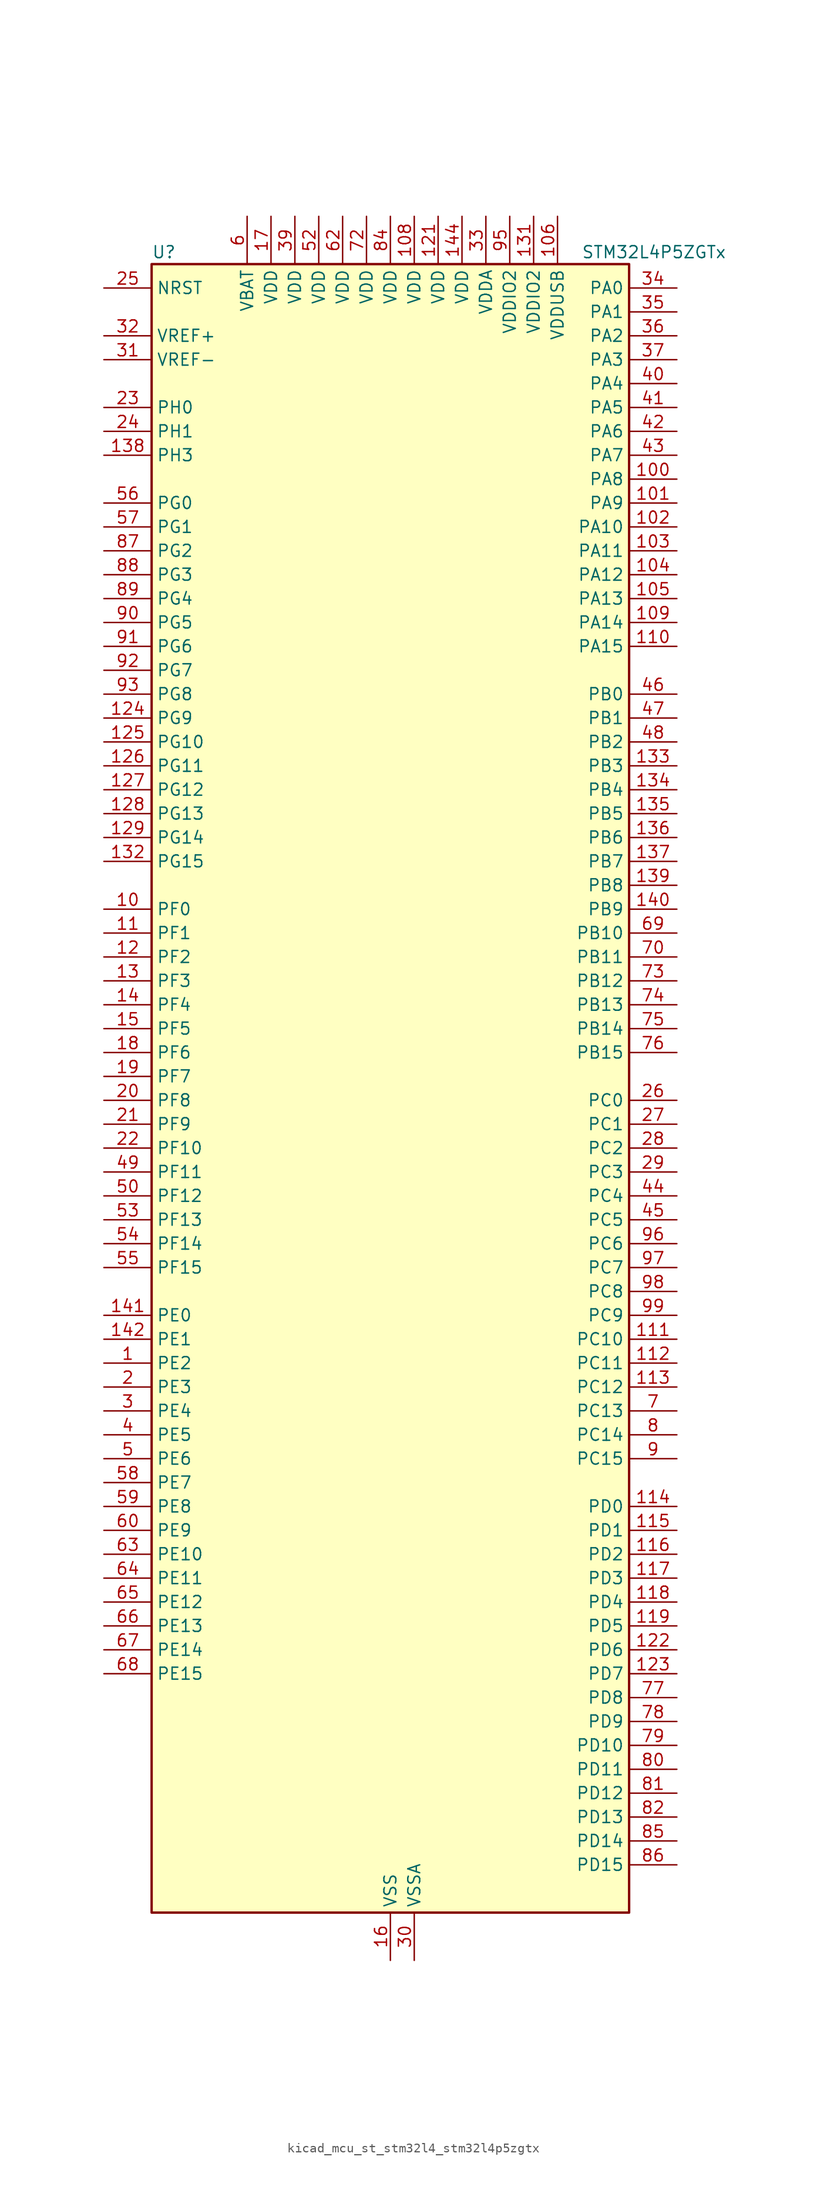
<source format=kicad_sym>
(kicad_symbol_lib
  (version 20220914)
  (generator kicad_symbol_editor)
  (symbol "kicad_mcu_st_stm32l4_stm32l4p5zgtx"
    (property "Reference" "U"
      (at -25.4 90.17 0)
      (effects (font (size 1.27 1.27)) (justify left)))
    (property "Value" "STM32L4P5ZGTx"
      (at 20.32 90.17 0)
      (effects (font (size 1.27 1.27)) (justify left)))
    (property "ki_locked" ""
      (at 0 0 0)
      (effects (font (size 1.27 1.27))))
    (symbol "kicad_mcu_st_stm32l4_stm32l4p5zgtx_0_1"
      (rectangle (start -25.4 -86.36) (end 25.4 88.9) (stroke (width 0.254) (type default)) (fill (type background))))
    (symbol "kicad_mcu_st_stm32l4_stm32l4p5zgtx_1_1"
      (pin bidirectional line (at -30.48 -27.94 0) (length 5.08) (name "PE2" (effects (font (size 1.27 1.27)))) (number "1" (effects (font (size 1.27 1.27)))) (alternate "FMC_A23" bidirectional line) (alternate "LTDC_R7" bidirectional line) (alternate "SAI1_CK1" bidirectional line) (alternate "SAI1_MCLK_A" bidirectional line) (alternate "SYS_TRACECLK" bidirectional line) (alternate "TIM3_ETR" bidirectional line) (alternate "TSC_G7_IO1" bidirectional line))
      (pin bidirectional line (at -30.48 20.32 0) (length 5.08) (name "PF0" (effects (font (size 1.27 1.27)))) (number "10" (effects (font (size 1.27 1.27)))) (alternate "FMC_A0" bidirectional line) (alternate "I2C2_SDA" bidirectional line) (alternate "OCTOSPIM_P2_IO0" bidirectional line))
      (pin bidirectional line (at 30.48 66.04 180) (length 5.08) (name "PA8" (effects (font (size 1.27 1.27)))) (number "100" (effects (font (size 1.27 1.27)))) (alternate "LPTIM2_OUT" bidirectional line) (alternate "LTDC_B7" bidirectional line) (alternate "RCC_MCO" bidirectional line) (alternate "SAI1_CK2" bidirectional line) (alternate "SAI1_SCK_A" bidirectional line) (alternate "TIM1_CH1" bidirectional line) (alternate "USART1_CK" bidirectional line) (alternate "USB_OTG_FS_SOF" bidirectional line))
      (pin bidirectional line (at 30.48 63.5 180) (length 5.08) (name "PA9" (effects (font (size 1.27 1.27)))) (number "101" (effects (font (size 1.27 1.27)))) (alternate "DAC1_EXTI9" bidirectional line) (alternate "DCMI_D0" bidirectional line) (alternate "LTDC_G7" bidirectional line) (alternate "PSSI_D0" bidirectional line) (alternate "SAI1_FS_A" bidirectional line) (alternate "SPI2_SCK" bidirectional line) (alternate "TIM15_BKIN" bidirectional line) (alternate "TIM1_CH2" bidirectional line) (alternate "USART1_TX" bidirectional line) (alternate "USB_OTG_FS_VBUS" bidirectional line))
      (pin bidirectional line (at 30.48 60.96 180) (length 5.08) (name "PA10" (effects (font (size 1.27 1.27)))) (number "102" (effects (font (size 1.27 1.27)))) (alternate "DCMI_D1" bidirectional line) (alternate "LTDC_G6" bidirectional line) (alternate "PSSI_D1" bidirectional line) (alternate "SAI1_D1" bidirectional line) (alternate "SAI1_SD_A" bidirectional line) (alternate "TIM17_BKIN" bidirectional line) (alternate "TIM1_CH3" bidirectional line) (alternate "USART1_RX" bidirectional line) (alternate "USB_OTG_FS_ID" bidirectional line))
      (pin bidirectional line (at 30.48 58.42 180) (length 5.08) (name "PA11" (effects (font (size 1.27 1.27)))) (number "103" (effects (font (size 1.27 1.27)))) (alternate "ADC1_EXTI11" bidirectional line) (alternate "ADC2_EXTI11" bidirectional line) (alternate "CAN1_RX" bidirectional line) (alternate "LTDC_DE" bidirectional line) (alternate "SPI1_MISO" bidirectional line) (alternate "TIM1_BKIN2" bidirectional line) (alternate "TIM1_CH4" bidirectional line) (alternate "USART1_CTS" bidirectional line) (alternate "USART1_NSS" bidirectional line) (alternate "USB_OTG_FS_DM" bidirectional line))
      (pin bidirectional line (at 30.48 55.88 180) (length 5.08) (name "PA12" (effects (font (size 1.27 1.27)))) (number "104" (effects (font (size 1.27 1.27)))) (alternate "CAN1_TX" bidirectional line) (alternate "LTDC_VSYNC" bidirectional line) (alternate "OCTOSPIM_P2_NCS" bidirectional line) (alternate "SPI1_MOSI" bidirectional line) (alternate "TIM1_ETR" bidirectional line) (alternate "USART1_DE" bidirectional line) (alternate "USART1_RTS" bidirectional line) (alternate "USB_OTG_FS_DP" bidirectional line))
      (pin bidirectional line (at 30.48 53.34 180) (length 5.08) (name "PA13" (effects (font (size 1.27 1.27)))) (number "105" (effects (font (size 1.27 1.27)))) (alternate "IR_OUT" bidirectional line) (alternate "SAI1_SD_B" bidirectional line) (alternate "SYS_JTMS-SWDIO" bidirectional line) (alternate "USB_OTG_FS_NOE" bidirectional line))
      (pin power_in line (at 17.78 93.98 270) (length 5.08) (name "VDDUSB" (effects (font (size 1.27 1.27)))) (number "106" (effects (font (size 1.27 1.27)))))
      (pin passive line (at 0 -91.44 90) (length 5.08) hide (name "VSS" (effects (font (size 1.27 1.27)))) (number "107" (effects (font (size 1.27 1.27)))))
      (pin power_in line (at 2.54 93.98 270) (length 5.08) (name "VDD" (effects (font (size 1.27 1.27)))) (number "108" (effects (font (size 1.27 1.27)))))
      (pin bidirectional line (at 30.48 50.8 180) (length 5.08) (name "PA14" (effects (font (size 1.27 1.27)))) (number "109" (effects (font (size 1.27 1.27)))) (alternate "I2C1_SMBA" bidirectional line) (alternate "I2C4_SMBA" bidirectional line) (alternate "LPTIM1_OUT" bidirectional line) (alternate "SAI1_FS_B" bidirectional line) (alternate "SYS_JTCK-SWCLK" bidirectional line) (alternate "USB_OTG_FS_SOF" bidirectional line))
      (pin bidirectional line (at -30.48 17.78 0) (length 5.08) (name "PF1" (effects (font (size 1.27 1.27)))) (number "11" (effects (font (size 1.27 1.27)))) (alternate "FMC_A1" bidirectional line) (alternate "I2C2_SCL" bidirectional line) (alternate "OCTOSPIM_P2_IO1" bidirectional line))
      (pin bidirectional line (at 30.48 48.26 180) (length 5.08) (name "PA15" (effects (font (size 1.27 1.27)))) (number "110" (effects (font (size 1.27 1.27)))) (alternate "ADC1_EXTI15" bidirectional line) (alternate "ADC2_EXTI15" bidirectional line) (alternate "LTDC_HSYNC" bidirectional line) (alternate "SAI2_FS_B" bidirectional line) (alternate "SPI1_NSS" bidirectional line) (alternate "SPI3_NSS" bidirectional line) (alternate "SYS_JTDI" bidirectional line) (alternate "TIM2_CH1" bidirectional line) (alternate "TIM2_ETR" bidirectional line) (alternate "TSC_G3_IO1" bidirectional line) (alternate "UART4_DE" bidirectional line) (alternate "UART4_RTS" bidirectional line) (alternate "USART2_RX" bidirectional line) (alternate "USART3_DE" bidirectional line) (alternate "USART3_RTS" bidirectional line))
      (pin bidirectional line (at 30.48 -25.4 180) (length 5.08) (name "PC10" (effects (font (size 1.27 1.27)))) (number "111" (effects (font (size 1.27 1.27)))) (alternate "DCMI_D8" bidirectional line) (alternate "DCMI_VSYNC" bidirectional line) (alternate "PSSI_D8" bidirectional line) (alternate "PSSI_RDY" bidirectional line) (alternate "SAI2_SCK_B" bidirectional line) (alternate "SDMMC1_D2" bidirectional line) (alternate "SPI3_SCK" bidirectional line) (alternate "SYS_TRACED1" bidirectional line) (alternate "TSC_G3_IO2" bidirectional line) (alternate "UART4_TX" bidirectional line) (alternate "USART3_TX" bidirectional line))
      (pin bidirectional line (at 30.48 -27.94 180) (length 5.08) (name "PC11" (effects (font (size 1.27 1.27)))) (number "112" (effects (font (size 1.27 1.27)))) (alternate "ADC1_EXTI11" bidirectional line) (alternate "ADC2_EXTI11" bidirectional line) (alternate "DCMI_D2" bidirectional line) (alternate "DCMI_D4" bidirectional line) (alternate "OCTOSPIM_P1_NCS" bidirectional line) (alternate "PSSI_D2" bidirectional line) (alternate "PSSI_D4" bidirectional line) (alternate "SAI2_MCLK_B" bidirectional line) (alternate "SDMMC1_D3" bidirectional line) (alternate "SPI3_MISO" bidirectional line) (alternate "TSC_G3_IO3" bidirectional line) (alternate "UART4_RX" bidirectional line) (alternate "USART3_RX" bidirectional line))
      (pin bidirectional line (at 30.48 -30.48 180) (length 5.08) (name "PC12" (effects (font (size 1.27 1.27)))) (number "113" (effects (font (size 1.27 1.27)))) (alternate "DCMI_D9" bidirectional line) (alternate "LTDC_R6" bidirectional line) (alternate "PSSI_D9" bidirectional line) (alternate "SAI2_SD_B" bidirectional line) (alternate "SDMMC1_CK" bidirectional line) (alternate "SPI3_MOSI" bidirectional line) (alternate "SYS_TRACED3" bidirectional line) (alternate "TSC_G3_IO4" bidirectional line) (alternate "UART5_TX" bidirectional line) (alternate "USART3_CK" bidirectional line))
      (pin bidirectional line (at 30.48 -43.18 180) (length 5.08) (name "PD0" (effects (font (size 1.27 1.27)))) (number "114" (effects (font (size 1.27 1.27)))) (alternate "CAN1_RX" bidirectional line) (alternate "FMC_D2" bidirectional line) (alternate "FMC_DA2" bidirectional line) (alternate "LTDC_B4" bidirectional line) (alternate "SPI2_NSS" bidirectional line))
      (pin bidirectional line (at 30.48 -45.72 180) (length 5.08) (name "PD1" (effects (font (size 1.27 1.27)))) (number "115" (effects (font (size 1.27 1.27)))) (alternate "CAN1_TX" bidirectional line) (alternate "FMC_D3" bidirectional line) (alternate "FMC_DA3" bidirectional line) (alternate "LTDC_B5" bidirectional line) (alternate "SPI2_SCK" bidirectional line))
      (pin bidirectional line (at 30.48 -48.26 180) (length 5.08) (name "PD2" (effects (font (size 1.27 1.27)))) (number "116" (effects (font (size 1.27 1.27)))) (alternate "DCMI_D11" bidirectional line) (alternate "PSSI_D11" bidirectional line) (alternate "SDMMC1_CMD" bidirectional line) (alternate "SYS_TRACED2" bidirectional line) (alternate "TIM3_ETR" bidirectional line) (alternate "TSC_SYNC" bidirectional line) (alternate "UART5_RX" bidirectional line) (alternate "USART3_DE" bidirectional line) (alternate "USART3_RTS" bidirectional line))
      (pin bidirectional line (at 30.48 -50.8 180) (length 5.08) (name "PD3" (effects (font (size 1.27 1.27)))) (number "117" (effects (font (size 1.27 1.27)))) (alternate "DCMI_D5" bidirectional line) (alternate "DFSDM1_DATIN0" bidirectional line) (alternate "FMC_CLK" bidirectional line) (alternate "LTDC_CLK" bidirectional line) (alternate "OCTOSPIM_P2_NCS" bidirectional line) (alternate "PSSI_D5" bidirectional line) (alternate "SPI2_MISO" bidirectional line) (alternate "SPI2_SCK" bidirectional line) (alternate "USART2_CTS" bidirectional line) (alternate "USART2_NSS" bidirectional line))
      (pin bidirectional line (at 30.48 -53.34 180) (length 5.08) (name "PD4" (effects (font (size 1.27 1.27)))) (number "118" (effects (font (size 1.27 1.27)))) (alternate "DFSDM1_CKIN0" bidirectional line) (alternate "FMC_NOE" bidirectional line) (alternate "OCTOSPIM_P1_IO4" bidirectional line) (alternate "SDMMC2_CKIN" bidirectional line) (alternate "SPI2_MOSI" bidirectional line) (alternate "USART2_DE" bidirectional line) (alternate "USART2_RTS" bidirectional line))
      (pin bidirectional line (at 30.48 -55.88 180) (length 5.08) (name "PD5" (effects (font (size 1.27 1.27)))) (number "119" (effects (font (size 1.27 1.27)))) (alternate "FMC_NWE" bidirectional line) (alternate "OCTOSPIM_P1_IO5" bidirectional line) (alternate "USART2_TX" bidirectional line))
      (pin bidirectional line (at -30.48 15.24 0) (length 5.08) (name "PF2" (effects (font (size 1.27 1.27)))) (number "12" (effects (font (size 1.27 1.27)))) (alternate "FMC_A2" bidirectional line) (alternate "I2C2_SMBA" bidirectional line) (alternate "OCTOSPIM_P2_IO2" bidirectional line))
      (pin passive line (at 0 -91.44 90) (length 5.08) hide (name "VSS" (effects (font (size 1.27 1.27)))) (number "120" (effects (font (size 1.27 1.27)))))
      (pin power_in line (at 5.08 93.98 270) (length 5.08) (name "VDD" (effects (font (size 1.27 1.27)))) (number "121" (effects (font (size 1.27 1.27)))))
      (pin bidirectional line (at 30.48 -58.42 180) (length 5.08) (name "PD6" (effects (font (size 1.27 1.27)))) (number "122" (effects (font (size 1.27 1.27)))) (alternate "DCMI_D10" bidirectional line) (alternate "DFSDM1_DATIN1" bidirectional line) (alternate "FMC_NWAIT" bidirectional line) (alternate "LTDC_DE" bidirectional line) (alternate "OCTOSPIM_P1_IO6" bidirectional line) (alternate "PSSI_D10" bidirectional line) (alternate "SAI1_D1" bidirectional line) (alternate "SAI1_SD_A" bidirectional line) (alternate "SDMMC2_CK" bidirectional line) (alternate "SPI3_MOSI" bidirectional line) (alternate "USART2_RX" bidirectional line))
      (pin bidirectional line (at 30.48 -60.96 180) (length 5.08) (name "PD7" (effects (font (size 1.27 1.27)))) (number "123" (effects (font (size 1.27 1.27)))) (alternate "DFSDM1_CKIN1" bidirectional line) (alternate "FMC_NCE" bidirectional line) (alternate "FMC_NE1" bidirectional line) (alternate "OCTOSPIM_P1_IO7" bidirectional line) (alternate "SDMMC2_CMD" bidirectional line) (alternate "USART2_CK" bidirectional line))
      (pin bidirectional line (at -30.48 40.64 0) (length 5.08) (name "PG9" (effects (font (size 1.27 1.27)))) (number "124" (effects (font (size 1.27 1.27)))) (alternate "DAC1_EXTI9" bidirectional line) (alternate "FMC_NCE" bidirectional line) (alternate "FMC_NE2" bidirectional line) (alternate "OCTOSPIM_P2_IO6" bidirectional line) (alternate "SAI2_SCK_A" bidirectional line) (alternate "SDMMC2_D0" bidirectional line) (alternate "SPI3_SCK" bidirectional line) (alternate "TIM15_CH1N" bidirectional line) (alternate "USART1_TX" bidirectional line))
      (pin bidirectional line (at -30.48 38.1 0) (length 5.08) (name "PG10" (effects (font (size 1.27 1.27)))) (number "125" (effects (font (size 1.27 1.27)))) (alternate "FMC_NE3" bidirectional line) (alternate "LPTIM1_IN1" bidirectional line) (alternate "OCTOSPIM_P2_IO7" bidirectional line) (alternate "SAI2_FS_A" bidirectional line) (alternate "SDMMC2_D1" bidirectional line) (alternate "SPI3_MISO" bidirectional line) (alternate "TIM15_CH1" bidirectional line) (alternate "USART1_RX" bidirectional line))
      (pin bidirectional line (at -30.48 35.56 0) (length 5.08) (name "PG11" (effects (font (size 1.27 1.27)))) (number "126" (effects (font (size 1.27 1.27)))) (alternate "ADC1_EXTI11" bidirectional line) (alternate "ADC2_EXTI11" bidirectional line) (alternate "LPTIM1_IN2" bidirectional line) (alternate "OCTOSPIM_P1_IO5" bidirectional line) (alternate "SAI2_MCLK_A" bidirectional line) (alternate "SDMMC2_D2" bidirectional line) (alternate "SPI3_MOSI" bidirectional line) (alternate "TIM15_CH2" bidirectional line) (alternate "USART1_CTS" bidirectional line) (alternate "USART1_NSS" bidirectional line))
      (pin bidirectional line (at -30.48 33.02 0) (length 5.08) (name "PG12" (effects (font (size 1.27 1.27)))) (number "127" (effects (font (size 1.27 1.27)))) (alternate "FMC_NE4" bidirectional line) (alternate "LPTIM1_ETR" bidirectional line) (alternate "OCTOSPIM_P2_NCS" bidirectional line) (alternate "SAI2_SD_A" bidirectional line) (alternate "SDMMC2_D3" bidirectional line) (alternate "SPI3_NSS" bidirectional line) (alternate "USART1_DE" bidirectional line) (alternate "USART1_RTS" bidirectional line))
      (pin bidirectional line (at -30.48 30.48 0) (length 5.08) (name "PG13" (effects (font (size 1.27 1.27)))) (number "128" (effects (font (size 1.27 1.27)))) (alternate "FMC_A24" bidirectional line) (alternate "I2C1_SDA" bidirectional line) (alternate "LTDC_R0" bidirectional line) (alternate "USART1_CK" bidirectional line))
      (pin bidirectional line (at -30.48 27.94 0) (length 5.08) (name "PG14" (effects (font (size 1.27 1.27)))) (number "129" (effects (font (size 1.27 1.27)))) (alternate "FMC_A25" bidirectional line) (alternate "I2C1_SCL" bidirectional line) (alternate "LTDC_R1" bidirectional line))
      (pin bidirectional line (at -30.48 12.7 0) (length 5.08) (name "PF3" (effects (font (size 1.27 1.27)))) (number "13" (effects (font (size 1.27 1.27)))) (alternate "FMC_A3" bidirectional line) (alternate "OCTOSPIM_P2_IO3" bidirectional line))
      (pin passive line (at 0 -91.44 90) (length 5.08) hide (name "VSS" (effects (font (size 1.27 1.27)))) (number "130" (effects (font (size 1.27 1.27)))))
      (pin power_in line (at 15.24 93.98 270) (length 5.08) (name "VDDIO2" (effects (font (size 1.27 1.27)))) (number "131" (effects (font (size 1.27 1.27)))))
      (pin bidirectional line (at -30.48 25.4 0) (length 5.08) (name "PG15" (effects (font (size 1.27 1.27)))) (number "132" (effects (font (size 1.27 1.27)))) (alternate "ADC1_EXTI15" bidirectional line) (alternate "ADC2_EXTI15" bidirectional line) (alternate "DCMI_D13" bidirectional line) (alternate "I2C1_SMBA" bidirectional line) (alternate "LPTIM1_OUT" bidirectional line) (alternate "OCTOSPIM_P2_DQS" bidirectional line) (alternate "PSSI_D13" bidirectional line))
      (pin bidirectional line (at 30.48 35.56 180) (length 5.08) (name "PB3" (effects (font (size 1.27 1.27)))) (number "133" (effects (font (size 1.27 1.27)))) (alternate "COMP2_INM" bidirectional line) (alternate "CRS_SYNC" bidirectional line) (alternate "OCTOSPIM_P1_IO4" bidirectional line) (alternate "SAI1_SCK_B" bidirectional line) (alternate "SDMMC2_D2" bidirectional line) (alternate "SPI1_SCK" bidirectional line) (alternate "SPI3_SCK" bidirectional line) (alternate "SYS_JTDO-SWO" bidirectional line) (alternate "TIM2_CH2" bidirectional line) (alternate "USART1_DE" bidirectional line) (alternate "USART1_RTS" bidirectional line))
      (pin bidirectional line (at 30.48 33.02 180) (length 5.08) (name "PB4" (effects (font (size 1.27 1.27)))) (number "134" (effects (font (size 1.27 1.27)))) (alternate "COMP2_INP" bidirectional line) (alternate "DCMI_D12" bidirectional line) (alternate "I2C3_SDA" bidirectional line) (alternate "OCTOSPIM_P1_IO5" bidirectional line) (alternate "PSSI_D12" bidirectional line) (alternate "SAI1_MCLK_B" bidirectional line) (alternate "SDMMC2_D3" bidirectional line) (alternate "SPI1_MISO" bidirectional line) (alternate "SPI3_MISO" bidirectional line) (alternate "SYS_JTRST" bidirectional line) (alternate "TIM17_BKIN" bidirectional line) (alternate "TIM3_CH1" bidirectional line) (alternate "TSC_G2_IO1" bidirectional line) (alternate "UART5_DE" bidirectional line) (alternate "UART5_RTS" bidirectional line) (alternate "USART1_CTS" bidirectional line) (alternate "USART1_NSS" bidirectional line))
      (pin bidirectional line (at 30.48 30.48 180) (length 5.08) (name "PB5" (effects (font (size 1.27 1.27)))) (number "135" (effects (font (size 1.27 1.27)))) (alternate "COMP2_OUT" bidirectional line) (alternate "DCMI_D10" bidirectional line) (alternate "I2C1_SMBA" bidirectional line) (alternate "LPTIM1_IN1" bidirectional line) (alternate "OCTOSPIM_P1_IO0" bidirectional line) (alternate "PSSI_D10" bidirectional line) (alternate "SAI1_SD_B" bidirectional line) (alternate "SPI1_MOSI" bidirectional line) (alternate "SPI3_MOSI" bidirectional line) (alternate "TIM16_BKIN" bidirectional line) (alternate "TIM3_CH2" bidirectional line) (alternate "TSC_G2_IO2" bidirectional line) (alternate "UART5_CTS" bidirectional line) (alternate "USART1_CK" bidirectional line))
      (pin bidirectional line (at 30.48 27.94 180) (length 5.08) (name "PB6" (effects (font (size 1.27 1.27)))) (number "136" (effects (font (size 1.27 1.27)))) (alternate "COMP2_INP" bidirectional line) (alternate "DCMI_D5" bidirectional line) (alternate "I2C1_SCL" bidirectional line) (alternate "I2C4_SCL" bidirectional line) (alternate "LPTIM1_ETR" bidirectional line) (alternate "LTDC_R6" bidirectional line) (alternate "PSSI_D5" bidirectional line) (alternate "SAI1_FS_B" bidirectional line) (alternate "TIM16_CH1N" bidirectional line) (alternate "TIM4_CH1" bidirectional line) (alternate "TIM8_BKIN2" bidirectional line) (alternate "TSC_G2_IO3" bidirectional line) (alternate "USART1_TX" bidirectional line))
      (pin bidirectional line (at 30.48 25.4 180) (length 5.08) (name "PB7" (effects (font (size 1.27 1.27)))) (number "137" (effects (font (size 1.27 1.27)))) (alternate "COMP2_INM" bidirectional line) (alternate "DCMI_VSYNC" bidirectional line) (alternate "FMC_NL" bidirectional line) (alternate "I2C1_SDA" bidirectional line) (alternate "I2C4_SDA" bidirectional line) (alternate "LPTIM1_IN2" bidirectional line) (alternate "LTDC_VSYNC" bidirectional line) (alternate "PSSI_RDY" bidirectional line) (alternate "SYS_PVD_IN" bidirectional line) (alternate "TIM17_CH1N" bidirectional line) (alternate "TIM4_CH2" bidirectional line) (alternate "TIM8_BKIN" bidirectional line) (alternate "TSC_G2_IO4" bidirectional line) (alternate "UART4_CTS" bidirectional line) (alternate "USART1_RX" bidirectional line))
      (pin bidirectional line (at -30.48 68.58 0) (length 5.08) (name "PH3" (effects (font (size 1.27 1.27)))) (number "138" (effects (font (size 1.27 1.27)))))
      (pin bidirectional line (at 30.48 22.86 180) (length 5.08) (name "PB8" (effects (font (size 1.27 1.27)))) (number "139" (effects (font (size 1.27 1.27)))) (alternate "CAN1_RX" bidirectional line) (alternate "DCMI_D6" bidirectional line) (alternate "DFSDM1_CKOUT" bidirectional line) (alternate "I2C1_SCL" bidirectional line) (alternate "LTDC_DE" bidirectional line) (alternate "PSSI_D6" bidirectional line) (alternate "SAI1_CK1" bidirectional line) (alternate "SAI1_MCLK_A" bidirectional line) (alternate "SDMMC1_CKIN" bidirectional line) (alternate "SDMMC1_D4" bidirectional line) (alternate "SDMMC2_D4" bidirectional line) (alternate "TIM16_CH1" bidirectional line) (alternate "TIM4_CH3" bidirectional line))
      (pin bidirectional line (at -30.48 10.16 0) (length 5.08) (name "PF4" (effects (font (size 1.27 1.27)))) (number "14" (effects (font (size 1.27 1.27)))) (alternate "FMC_A4" bidirectional line) (alternate "OCTOSPIM_P2_CLK" bidirectional line))
      (pin bidirectional line (at 30.48 20.32 180) (length 5.08) (name "PB9" (effects (font (size 1.27 1.27)))) (number "140" (effects (font (size 1.27 1.27)))) (alternate "CAN1_TX" bidirectional line) (alternate "DAC1_EXTI9" bidirectional line) (alternate "DCMI_D7" bidirectional line) (alternate "I2C1_SDA" bidirectional line) (alternate "IR_OUT" bidirectional line) (alternate "PSSI_D7" bidirectional line) (alternate "SAI1_D2" bidirectional line) (alternate "SAI1_FS_A" bidirectional line) (alternate "SDMMC1_CDIR" bidirectional line) (alternate "SDMMC1_D5" bidirectional line) (alternate "SDMMC2_D5" bidirectional line) (alternate "SPI2_NSS" bidirectional line) (alternate "TIM17_CH1" bidirectional line) (alternate "TIM4_CH4" bidirectional line))
      (pin bidirectional line (at -30.48 -22.86 0) (length 5.08) (name "PE0" (effects (font (size 1.27 1.27)))) (number "141" (effects (font (size 1.27 1.27)))) (alternate "DCMI_D2" bidirectional line) (alternate "FMC_NBL0" bidirectional line) (alternate "LTDC_HSYNC" bidirectional line) (alternate "PSSI_D2" bidirectional line) (alternate "TIM16_CH1" bidirectional line) (alternate "TIM4_ETR" bidirectional line))
      (pin bidirectional line (at -30.48 -25.4 0) (length 5.08) (name "PE1" (effects (font (size 1.27 1.27)))) (number "142" (effects (font (size 1.27 1.27)))) (alternate "DCMI_D3" bidirectional line) (alternate "FMC_NBL1" bidirectional line) (alternate "LTDC_VSYNC" bidirectional line) (alternate "PSSI_D3" bidirectional line) (alternate "TIM17_CH1" bidirectional line))
      (pin passive line (at 0 -91.44 90) (length 5.08) hide (name "VSS" (effects (font (size 1.27 1.27)))) (number "143" (effects (font (size 1.27 1.27)))))
      (pin power_in line (at 7.62 93.98 270) (length 5.08) (name "VDD" (effects (font (size 1.27 1.27)))) (number "144" (effects (font (size 1.27 1.27)))))
      (pin bidirectional line (at -30.48 7.62 0) (length 5.08) (name "PF5" (effects (font (size 1.27 1.27)))) (number "15" (effects (font (size 1.27 1.27)))) (alternate "FMC_A5" bidirectional line) (alternate "OCTOSPIM_P2_NCLK" bidirectional line))
      (pin power_in line (at 0 -91.44 90) (length 5.08) (name "VSS" (effects (font (size 1.27 1.27)))) (number "16" (effects (font (size 1.27 1.27)))))
      (pin power_in line (at -12.7 93.98 270) (length 5.08) (name "VDD" (effects (font (size 1.27 1.27)))) (number "17" (effects (font (size 1.27 1.27)))))
      (pin bidirectional line (at -30.48 5.08 0) (length 5.08) (name "PF6" (effects (font (size 1.27 1.27)))) (number "18" (effects (font (size 1.27 1.27)))) (alternate "OCTOSPIM_P1_IO3" bidirectional line) (alternate "SAI1_SD_B" bidirectional line) (alternate "TIM5_CH1" bidirectional line) (alternate "TIM5_ETR" bidirectional line))
      (pin bidirectional line (at -30.48 2.54 0) (length 5.08) (name "PF7" (effects (font (size 1.27 1.27)))) (number "19" (effects (font (size 1.27 1.27)))) (alternate "OCTOSPIM_P1_IO2" bidirectional line) (alternate "SAI1_MCLK_B" bidirectional line) (alternate "TIM5_CH2" bidirectional line))
      (pin bidirectional line (at -30.48 -30.48 0) (length 5.08) (name "PE3" (effects (font (size 1.27 1.27)))) (number "2" (effects (font (size 1.27 1.27)))) (alternate "FMC_A19" bidirectional line) (alternate "LTDC_R6" bidirectional line) (alternate "OCTOSPIM_P1_DQS" bidirectional line) (alternate "SAI1_SD_B" bidirectional line) (alternate "SYS_TRACED0" bidirectional line) (alternate "TIM3_CH1" bidirectional line) (alternate "TSC_G7_IO2" bidirectional line))
      (pin bidirectional line (at -30.48 0 0) (length 5.08) (name "PF8" (effects (font (size 1.27 1.27)))) (number "20" (effects (font (size 1.27 1.27)))) (alternate "OCTOSPIM_P1_IO0" bidirectional line) (alternate "SAI1_SCK_B" bidirectional line) (alternate "TIM5_CH3" bidirectional line))
      (pin bidirectional line (at -30.48 -2.54 0) (length 5.08) (name "PF9" (effects (font (size 1.27 1.27)))) (number "21" (effects (font (size 1.27 1.27)))) (alternate "DAC1_EXTI9" bidirectional line) (alternate "OCTOSPIM_P1_IO1" bidirectional line) (alternate "SAI1_FS_B" bidirectional line) (alternate "TIM15_CH1" bidirectional line) (alternate "TIM5_CH4" bidirectional line))
      (pin bidirectional line (at -30.48 -5.08 0) (length 5.08) (name "PF10" (effects (font (size 1.27 1.27)))) (number "22" (effects (font (size 1.27 1.27)))) (alternate "DCMI_D11" bidirectional line) (alternate "DFSDM1_CKOUT" bidirectional line) (alternate "OCTOSPIM_P1_CLK" bidirectional line) (alternate "PSSI_D11" bidirectional line) (alternate "PSSI_D15" bidirectional line) (alternate "SAI1_D3" bidirectional line) (alternate "TIM15_CH2" bidirectional line))
      (pin bidirectional line (at -30.48 73.66 0) (length 5.08) (name "PH0" (effects (font (size 1.27 1.27)))) (number "23" (effects (font (size 1.27 1.27)))) (alternate "RCC_OSC_IN" bidirectional line))
      (pin bidirectional line (at -30.48 71.12 0) (length 5.08) (name "PH1" (effects (font (size 1.27 1.27)))) (number "24" (effects (font (size 1.27 1.27)))) (alternate "RCC_OSC_OUT" bidirectional line))
      (pin input line (at -30.48 86.36 0) (length 5.08) (name "NRST" (effects (font (size 1.27 1.27)))) (number "25" (effects (font (size 1.27 1.27)))))
      (pin bidirectional line (at 30.48 0 180) (length 5.08) (name "PC0" (effects (font (size 1.27 1.27)))) (number "26" (effects (font (size 1.27 1.27)))) (alternate "ADC1_IN1" bidirectional line) (alternate "ADC2_IN1" bidirectional line) (alternate "I2C3_SCL" bidirectional line) (alternate "LPTIM1_IN1" bidirectional line) (alternate "LPTIM2_IN1" bidirectional line) (alternate "LPUART1_RX" bidirectional line) (alternate "LTDC_DE" bidirectional line) (alternate "SAI2_FS_A" bidirectional line) (alternate "SDMMC1_CMD" bidirectional line) (alternate "SDMMC2_CKIN" bidirectional line))
      (pin bidirectional line (at 30.48 -2.54 180) (length 5.08) (name "PC1" (effects (font (size 1.27 1.27)))) (number "27" (effects (font (size 1.27 1.27)))) (alternate "ADC1_IN2" bidirectional line) (alternate "ADC2_IN2" bidirectional line) (alternate "I2C3_SDA" bidirectional line) (alternate "LPTIM1_OUT" bidirectional line) (alternate "LPUART1_TX" bidirectional line) (alternate "OCTOSPIM_P1_IO4" bidirectional line) (alternate "SAI1_SD_A" bidirectional line) (alternate "SPI2_MOSI" bidirectional line) (alternate "SYS_TRACED0" bidirectional line))
      (pin bidirectional line (at 30.48 -5.08 180) (length 5.08) (name "PC2" (effects (font (size 1.27 1.27)))) (number "28" (effects (font (size 1.27 1.27)))) (alternate "ADC1_IN3" bidirectional line) (alternate "ADC2_IN3" bidirectional line) (alternate "DFSDM1_CKOUT" bidirectional line) (alternate "LPTIM1_IN2" bidirectional line) (alternate "LTDC_HSYNC" bidirectional line) (alternate "OCTOSPIM_P1_IO5" bidirectional line) (alternate "SPI2_MISO" bidirectional line))
      (pin bidirectional line (at 30.48 -7.62 180) (length 5.08) (name "PC3" (effects (font (size 1.27 1.27)))) (number "29" (effects (font (size 1.27 1.27)))) (alternate "ADC1_IN4" bidirectional line) (alternate "ADC2_IN4" bidirectional line) (alternate "LPTIM1_ETR" bidirectional line) (alternate "LPTIM2_ETR" bidirectional line) (alternate "OCTOSPIM_P1_IO6" bidirectional line) (alternate "SAI1_D1" bidirectional line) (alternate "SAI1_SD_A" bidirectional line) (alternate "SPI2_MOSI" bidirectional line))
      (pin bidirectional line (at -30.48 -33.02 0) (length 5.08) (name "PE4" (effects (font (size 1.27 1.27)))) (number "3" (effects (font (size 1.27 1.27)))) (alternate "DCMI_D4" bidirectional line) (alternate "DFSDM1_DATIN3" bidirectional line) (alternate "FMC_A20" bidirectional line) (alternate "LTDC_B7" bidirectional line) (alternate "PSSI_D4" bidirectional line) (alternate "SAI1_D2" bidirectional line) (alternate "SAI1_FS_A" bidirectional line) (alternate "SYS_TRACED1" bidirectional line) (alternate "TIM3_CH2" bidirectional line) (alternate "TSC_G7_IO3" bidirectional line))
      (pin power_in line (at 2.54 -91.44 90) (length 5.08) (name "VSSA" (effects (font (size 1.27 1.27)))) (number "30" (effects (font (size 1.27 1.27)))))
      (pin input line (at -30.48 78.74 0) (length 5.08) (name "VREF-" (effects (font (size 1.27 1.27)))) (number "31" (effects (font (size 1.27 1.27)))))
      (pin input line (at -30.48 81.28 0) (length 5.08) (name "VREF+" (effects (font (size 1.27 1.27)))) (number "32" (effects (font (size 1.27 1.27)))) (alternate "VREFBUF_OUT" bidirectional line))
      (pin power_in line (at 10.16 93.98 270) (length 5.08) (name "VDDA" (effects (font (size 1.27 1.27)))) (number "33" (effects (font (size 1.27 1.27)))))
      (pin bidirectional line (at 30.48 86.36 180) (length 5.08) (name "PA0" (effects (font (size 1.27 1.27)))) (number "34" (effects (font (size 1.27 1.27)))) (alternate "ADC1_IN5" bidirectional line) (alternate "ADC2_IN5" bidirectional line) (alternate "OPAMP1_VINP" bidirectional line) (alternate "RTC_TAMP2" bidirectional line) (alternate "SAI1_EXTCLK" bidirectional line) (alternate "SYS_WKUP1" bidirectional line) (alternate "TIM2_CH1" bidirectional line) (alternate "TIM2_ETR" bidirectional line) (alternate "TIM5_CH1" bidirectional line) (alternate "TIM8_ETR" bidirectional line) (alternate "UART4_TX" bidirectional line) (alternate "USART2_CTS" bidirectional line) (alternate "USART2_NSS" bidirectional line))
      (pin bidirectional line (at 30.48 83.82 180) (length 5.08) (name "PA1" (effects (font (size 1.27 1.27)))) (number "35" (effects (font (size 1.27 1.27)))) (alternate "ADC1_IN6" bidirectional line) (alternate "ADC2_IN6" bidirectional line) (alternate "I2C1_SMBA" bidirectional line) (alternate "OCTOSPIM_P1_DQS" bidirectional line) (alternate "OPAMP1_VINM" bidirectional line) (alternate "SDMMC2_CMD" bidirectional line) (alternate "SPI1_SCK" bidirectional line) (alternate "TIM15_CH1N" bidirectional line) (alternate "TIM2_CH2" bidirectional line) (alternate "TIM5_CH2" bidirectional line) (alternate "UART4_RX" bidirectional line) (alternate "USART2_DE" bidirectional line) (alternate "USART2_RTS" bidirectional line))
      (pin bidirectional line (at 30.48 81.28 180) (length 5.08) (name "PA2" (effects (font (size 1.27 1.27)))) (number "36" (effects (font (size 1.27 1.27)))) (alternate "ADC1_IN7" bidirectional line) (alternate "ADC2_IN7" bidirectional line) (alternate "LPUART1_TX" bidirectional line) (alternate "OCTOSPIM_P1_NCS" bidirectional line) (alternate "RCC_LSCO" bidirectional line) (alternate "SAI2_EXTCLK" bidirectional line) (alternate "SYS_WKUP4" bidirectional line) (alternate "TIM15_CH1" bidirectional line) (alternate "TIM2_CH3" bidirectional line) (alternate "TIM5_CH3" bidirectional line) (alternate "USART2_TX" bidirectional line))
      (pin bidirectional line (at 30.48 78.74 180) (length 5.08) (name "PA3" (effects (font (size 1.27 1.27)))) (number "37" (effects (font (size 1.27 1.27)))) (alternate "ADC1_IN8" bidirectional line) (alternate "ADC2_IN8" bidirectional line) (alternate "LPUART1_RX" bidirectional line) (alternate "OCTOSPIM_P1_CLK" bidirectional line) (alternate "OPAMP1_VOUT" bidirectional line) (alternate "SAI1_CK1" bidirectional line) (alternate "SAI1_MCLK_A" bidirectional line) (alternate "TIM15_CH2" bidirectional line) (alternate "TIM2_CH4" bidirectional line) (alternate "TIM5_CH4" bidirectional line) (alternate "USART2_RX" bidirectional line))
      (pin passive line (at 0 -91.44 90) (length 5.08) hide (name "VSS" (effects (font (size 1.27 1.27)))) (number "38" (effects (font (size 1.27 1.27)))))
      (pin power_in line (at -10.16 93.98 270) (length 5.08) (name "VDD" (effects (font (size 1.27 1.27)))) (number "39" (effects (font (size 1.27 1.27)))))
      (pin bidirectional line (at -30.48 -35.56 0) (length 5.08) (name "PE5" (effects (font (size 1.27 1.27)))) (number "4" (effects (font (size 1.27 1.27)))) (alternate "DCMI_D6" bidirectional line) (alternate "DFSDM1_CKIN3" bidirectional line) (alternate "FMC_A21" bidirectional line) (alternate "LTDC_G7" bidirectional line) (alternate "PSSI_D6" bidirectional line) (alternate "SAI1_CK2" bidirectional line) (alternate "SAI1_SCK_A" bidirectional line) (alternate "SYS_TRACED2" bidirectional line) (alternate "TIM3_CH3" bidirectional line) (alternate "TSC_G7_IO4" bidirectional line))
      (pin bidirectional line (at 30.48 76.2 180) (length 5.08) (name "PA4" (effects (font (size 1.27 1.27)))) (number "40" (effects (font (size 1.27 1.27)))) (alternate "ADC1_IN9" bidirectional line) (alternate "ADC2_IN9" bidirectional line) (alternate "DAC1_OUT1" bidirectional line) (alternate "DCMI_HSYNC" bidirectional line) (alternate "LPTIM2_OUT" bidirectional line) (alternate "LTDC_CLK" bidirectional line) (alternate "OCTOSPIM_P1_NCS" bidirectional line) (alternate "PSSI_DE" bidirectional line) (alternate "SAI1_FS_B" bidirectional line) (alternate "SPI1_NSS" bidirectional line) (alternate "SPI3_NSS" bidirectional line) (alternate "USART2_CK" bidirectional line))
      (pin bidirectional line (at 30.48 73.66 180) (length 5.08) (name "PA5" (effects (font (size 1.27 1.27)))) (number "41" (effects (font (size 1.27 1.27)))) (alternate "ADC1_IN10" bidirectional line) (alternate "ADC2_IN10" bidirectional line) (alternate "DAC1_OUT2" bidirectional line) (alternate "LPTIM2_ETR" bidirectional line) (alternate "LTDC_R7" bidirectional line) (alternate "PSSI_D14" bidirectional line) (alternate "SPI1_SCK" bidirectional line) (alternate "TIM2_CH1" bidirectional line) (alternate "TIM2_ETR" bidirectional line) (alternate "TIM8_CH1N" bidirectional line))
      (pin bidirectional line (at 30.48 71.12 180) (length 5.08) (name "PA6" (effects (font (size 1.27 1.27)))) (number "42" (effects (font (size 1.27 1.27)))) (alternate "ADC1_IN11" bidirectional line) (alternate "ADC2_IN11" bidirectional line) (alternate "DCMI_PIXCLK" bidirectional line) (alternate "LPUART1_CTS" bidirectional line) (alternate "OCTOSPIM_P1_IO3" bidirectional line) (alternate "OPAMP2_VINP" bidirectional line) (alternate "PSSI_PDCK" bidirectional line) (alternate "SPI1_MISO" bidirectional line) (alternate "TIM16_CH1" bidirectional line) (alternate "TIM1_BKIN" bidirectional line) (alternate "TIM3_CH1" bidirectional line) (alternate "TIM8_BKIN" bidirectional line) (alternate "USART3_CTS" bidirectional line) (alternate "USART3_NSS" bidirectional line))
      (pin bidirectional line (at 30.48 68.58 180) (length 5.08) (name "PA7" (effects (font (size 1.27 1.27)))) (number "43" (effects (font (size 1.27 1.27)))) (alternate "ADC1_IN12" bidirectional line) (alternate "ADC2_IN12" bidirectional line) (alternate "I2C3_SCL" bidirectional line) (alternate "OCTOSPIM_P1_IO2" bidirectional line) (alternate "OPAMP2_VINM" bidirectional line) (alternate "SPI1_MOSI" bidirectional line) (alternate "TIM17_CH1" bidirectional line) (alternate "TIM1_CH1N" bidirectional line) (alternate "TIM3_CH2" bidirectional line) (alternate "TIM8_CH1N" bidirectional line))
      (pin bidirectional line (at 30.48 -10.16 180) (length 5.08) (name "PC4" (effects (font (size 1.27 1.27)))) (number "44" (effects (font (size 1.27 1.27)))) (alternate "ADC1_IN13" bidirectional line) (alternate "ADC2_IN13" bidirectional line) (alternate "COMP1_INM" bidirectional line) (alternate "OCTOSPIM_P1_IO7" bidirectional line) (alternate "OCTOSPIM_P2_NCS" bidirectional line) (alternate "USART3_TX" bidirectional line))
      (pin bidirectional line (at 30.48 -12.7 180) (length 5.08) (name "PC5" (effects (font (size 1.27 1.27)))) (number "45" (effects (font (size 1.27 1.27)))) (alternate "ADC1_IN14" bidirectional line) (alternate "ADC2_IN14" bidirectional line) (alternate "COMP1_INP" bidirectional line) (alternate "LTDC_CLK" bidirectional line) (alternate "PSSI_D15" bidirectional line) (alternate "SAI1_D3" bidirectional line) (alternate "SYS_WKUP5" bidirectional line) (alternate "USART3_RX" bidirectional line))
      (pin bidirectional line (at 30.48 43.18 180) (length 5.08) (name "PB0" (effects (font (size 1.27 1.27)))) (number "46" (effects (font (size 1.27 1.27)))) (alternate "ADC1_IN15" bidirectional line) (alternate "ADC2_IN15" bidirectional line) (alternate "COMP1_OUT" bidirectional line) (alternate "LTDC_B6" bidirectional line) (alternate "OCTOSPIM_P1_IO1" bidirectional line) (alternate "OPAMP2_VOUT" bidirectional line) (alternate "SAI1_EXTCLK" bidirectional line) (alternate "SPI1_NSS" bidirectional line) (alternate "TIM1_CH2N" bidirectional line) (alternate "TIM3_CH3" bidirectional line) (alternate "TIM8_CH2N" bidirectional line) (alternate "USART3_CK" bidirectional line))
      (pin bidirectional line (at 30.48 40.64 180) (length 5.08) (name "PB1" (effects (font (size 1.27 1.27)))) (number "47" (effects (font (size 1.27 1.27)))) (alternate "ADC1_IN16" bidirectional line) (alternate "ADC2_IN16" bidirectional line) (alternate "COMP1_INM" bidirectional line) (alternate "DFSDM1_DATIN0" bidirectional line) (alternate "LPTIM2_IN1" bidirectional line) (alternate "LPUART1_DE" bidirectional line) (alternate "LPUART1_RTS" bidirectional line) (alternate "LTDC_G6" bidirectional line) (alternate "OCTOSPIM_P1_IO0" bidirectional line) (alternate "TIM1_CH3N" bidirectional line) (alternate "TIM3_CH4" bidirectional line) (alternate "TIM8_CH3N" bidirectional line) (alternate "USART3_DE" bidirectional line) (alternate "USART3_RTS" bidirectional line))
      (pin bidirectional line (at 30.48 38.1 180) (length 5.08) (name "PB2" (effects (font (size 1.27 1.27)))) (number "48" (effects (font (size 1.27 1.27)))) (alternate "COMP1_INP" bidirectional line) (alternate "DFSDM1_CKIN0" bidirectional line) (alternate "I2C3_SMBA" bidirectional line) (alternate "LPTIM1_OUT" bidirectional line) (alternate "OCTOSPIM_P1_DQS" bidirectional line) (alternate "RTC_OUT2" bidirectional line))
      (pin bidirectional line (at -30.48 -7.62 0) (length 5.08) (name "PF11" (effects (font (size 1.27 1.27)))) (number "49" (effects (font (size 1.27 1.27)))) (alternate "ADC1_EXTI11" bidirectional line) (alternate "ADC2_EXTI11" bidirectional line) (alternate "DCMI_D12" bidirectional line) (alternate "LTDC_DE" bidirectional line) (alternate "OCTOSPIM_P1_NCLK" bidirectional line) (alternate "PSSI_D12" bidirectional line))
      (pin bidirectional line (at -30.48 -38.1 0) (length 5.08) (name "PE6" (effects (font (size 1.27 1.27)))) (number "5" (effects (font (size 1.27 1.27)))) (alternate "DCMI_D7" bidirectional line) (alternate "FMC_A22" bidirectional line) (alternate "LTDC_G6" bidirectional line) (alternate "PSSI_D7" bidirectional line) (alternate "RTC_TAMP3" bidirectional line) (alternate "SAI1_D1" bidirectional line) (alternate "SAI1_SD_A" bidirectional line) (alternate "SYS_TRACED3" bidirectional line) (alternate "SYS_WKUP3" bidirectional line) (alternate "TIM3_CH4" bidirectional line))
      (pin bidirectional line (at -30.48 -10.16 0) (length 5.08) (name "PF12" (effects (font (size 1.27 1.27)))) (number "50" (effects (font (size 1.27 1.27)))) (alternate "FMC_A6" bidirectional line) (alternate "LTDC_B0" bidirectional line) (alternate "OCTOSPIM_P2_DQS" bidirectional line))
      (pin passive line (at 0 -91.44 90) (length 5.08) hide (name "VSS" (effects (font (size 1.27 1.27)))) (number "51" (effects (font (size 1.27 1.27)))))
      (pin power_in line (at -7.62 93.98 270) (length 5.08) (name "VDD" (effects (font (size 1.27 1.27)))) (number "52" (effects (font (size 1.27 1.27)))))
      (pin bidirectional line (at -30.48 -12.7 0) (length 5.08) (name "PF13" (effects (font (size 1.27 1.27)))) (number "53" (effects (font (size 1.27 1.27)))) (alternate "FMC_A7" bidirectional line) (alternate "I2C4_SMBA" bidirectional line) (alternate "LTDC_B1" bidirectional line))
      (pin bidirectional line (at -30.48 -15.24 0) (length 5.08) (name "PF14" (effects (font (size 1.27 1.27)))) (number "54" (effects (font (size 1.27 1.27)))) (alternate "FMC_A8" bidirectional line) (alternate "I2C4_SCL" bidirectional line) (alternate "LTDC_G0" bidirectional line) (alternate "TSC_G8_IO1" bidirectional line))
      (pin bidirectional line (at -30.48 -17.78 0) (length 5.08) (name "PF15" (effects (font (size 1.27 1.27)))) (number "55" (effects (font (size 1.27 1.27)))) (alternate "ADC1_EXTI15" bidirectional line) (alternate "ADC2_EXTI15" bidirectional line) (alternate "FMC_A9" bidirectional line) (alternate "I2C4_SDA" bidirectional line) (alternate "LTDC_G1" bidirectional line) (alternate "TSC_G8_IO2" bidirectional line))
      (pin bidirectional line (at -30.48 63.5 0) (length 5.08) (name "PG0" (effects (font (size 1.27 1.27)))) (number "56" (effects (font (size 1.27 1.27)))) (alternate "FMC_A10" bidirectional line) (alternate "OCTOSPIM_P2_IO4" bidirectional line) (alternate "TSC_G8_IO3" bidirectional line))
      (pin bidirectional line (at -30.48 60.96 0) (length 5.08) (name "PG1" (effects (font (size 1.27 1.27)))) (number "57" (effects (font (size 1.27 1.27)))) (alternate "FMC_A11" bidirectional line) (alternate "OCTOSPIM_P2_IO5" bidirectional line) (alternate "TSC_G8_IO4" bidirectional line))
      (pin bidirectional line (at -30.48 -40.64 0) (length 5.08) (name "PE7" (effects (font (size 1.27 1.27)))) (number "58" (effects (font (size 1.27 1.27)))) (alternate "DFSDM1_DATIN2" bidirectional line) (alternate "FMC_D4" bidirectional line) (alternate "FMC_DA4" bidirectional line) (alternate "LTDC_B6" bidirectional line) (alternate "SAI1_SD_B" bidirectional line) (alternate "TIM1_ETR" bidirectional line))
      (pin bidirectional line (at -30.48 -43.18 0) (length 5.08) (name "PE8" (effects (font (size 1.27 1.27)))) (number "59" (effects (font (size 1.27 1.27)))) (alternate "DFSDM1_CKIN2" bidirectional line) (alternate "FMC_D5" bidirectional line) (alternate "FMC_DA5" bidirectional line) (alternate "LTDC_B7" bidirectional line) (alternate "SAI1_SCK_B" bidirectional line) (alternate "TIM1_CH1N" bidirectional line))
      (pin power_in line (at -15.24 93.98 270) (length 5.08) (name "VBAT" (effects (font (size 1.27 1.27)))) (number "6" (effects (font (size 1.27 1.27)))))
      (pin bidirectional line (at -30.48 -45.72 0) (length 5.08) (name "PE9" (effects (font (size 1.27 1.27)))) (number "60" (effects (font (size 1.27 1.27)))) (alternate "DAC1_EXTI9" bidirectional line) (alternate "DFSDM1_CKOUT" bidirectional line) (alternate "FMC_D6" bidirectional line) (alternate "FMC_DA6" bidirectional line) (alternate "LTDC_G2" bidirectional line) (alternate "OCTOSPIM_P1_NCLK" bidirectional line) (alternate "SAI1_FS_B" bidirectional line) (alternate "TIM1_CH1" bidirectional line))
      (pin passive line (at 0 -91.44 90) (length 5.08) hide (name "VSS" (effects (font (size 1.27 1.27)))) (number "61" (effects (font (size 1.27 1.27)))))
      (pin power_in line (at -5.08 93.98 270) (length 5.08) (name "VDD" (effects (font (size 1.27 1.27)))) (number "62" (effects (font (size 1.27 1.27)))))
      (pin bidirectional line (at -30.48 -48.26 0) (length 5.08) (name "PE10" (effects (font (size 1.27 1.27)))) (number "63" (effects (font (size 1.27 1.27)))) (alternate "FMC_D7" bidirectional line) (alternate "FMC_DA7" bidirectional line) (alternate "LTDC_G3" bidirectional line) (alternate "OCTOSPIM_P1_CLK" bidirectional line) (alternate "SAI1_MCLK_B" bidirectional line) (alternate "TIM1_CH2N" bidirectional line) (alternate "TSC_G5_IO1" bidirectional line))
      (pin bidirectional line (at -30.48 -50.8 0) (length 5.08) (name "PE11" (effects (font (size 1.27 1.27)))) (number "64" (effects (font (size 1.27 1.27)))) (alternate "ADC1_EXTI11" bidirectional line) (alternate "ADC2_EXTI11" bidirectional line) (alternate "FMC_D8" bidirectional line) (alternate "FMC_DA8" bidirectional line) (alternate "LTDC_G4" bidirectional line) (alternate "OCTOSPIM_P1_NCS" bidirectional line) (alternate "TIM1_CH2" bidirectional line) (alternate "TSC_G5_IO2" bidirectional line))
      (pin bidirectional line (at -30.48 -53.34 0) (length 5.08) (name "PE12" (effects (font (size 1.27 1.27)))) (number "65" (effects (font (size 1.27 1.27)))) (alternate "FMC_D9" bidirectional line) (alternate "FMC_DA9" bidirectional line) (alternate "LTDC_G5" bidirectional line) (alternate "OCTOSPIM_P1_IO0" bidirectional line) (alternate "SPI1_NSS" bidirectional line) (alternate "TIM1_CH3N" bidirectional line) (alternate "TSC_G5_IO3" bidirectional line))
      (pin bidirectional line (at -30.48 -55.88 0) (length 5.08) (name "PE13" (effects (font (size 1.27 1.27)))) (number "66" (effects (font (size 1.27 1.27)))) (alternate "FMC_D10" bidirectional line) (alternate "FMC_DA10" bidirectional line) (alternate "LTDC_G6" bidirectional line) (alternate "OCTOSPIM_P1_IO1" bidirectional line) (alternate "SPI1_SCK" bidirectional line) (alternate "TIM1_CH3" bidirectional line) (alternate "TSC_G5_IO4" bidirectional line))
      (pin bidirectional line (at -30.48 -58.42 0) (length 5.08) (name "PE14" (effects (font (size 1.27 1.27)))) (number "67" (effects (font (size 1.27 1.27)))) (alternate "FMC_D11" bidirectional line) (alternate "FMC_DA11" bidirectional line) (alternate "LTDC_G7" bidirectional line) (alternate "OCTOSPIM_P1_IO2" bidirectional line) (alternate "SPI1_MISO" bidirectional line) (alternate "TIM1_BKIN2" bidirectional line) (alternate "TIM1_CH4" bidirectional line))
      (pin bidirectional line (at -30.48 -60.96 0) (length 5.08) (name "PE15" (effects (font (size 1.27 1.27)))) (number "68" (effects (font (size 1.27 1.27)))) (alternate "ADC1_EXTI15" bidirectional line) (alternate "ADC2_EXTI15" bidirectional line) (alternate "FMC_D12" bidirectional line) (alternate "FMC_DA12" bidirectional line) (alternate "LTDC_R2" bidirectional line) (alternate "OCTOSPIM_P1_IO3" bidirectional line) (alternate "SPI1_MOSI" bidirectional line) (alternate "TIM1_BKIN" bidirectional line))
      (pin bidirectional line (at 30.48 17.78 180) (length 5.08) (name "PB10" (effects (font (size 1.27 1.27)))) (number "69" (effects (font (size 1.27 1.27)))) (alternate "COMP1_OUT" bidirectional line) (alternate "I2C2_SCL" bidirectional line) (alternate "I2C4_SCL" bidirectional line) (alternate "LPUART1_RX" bidirectional line) (alternate "OCTOSPIM_P1_CLK" bidirectional line) (alternate "OCTOSPIM_P1_IO3" bidirectional line) (alternate "SAI1_SCK_A" bidirectional line) (alternate "SPI2_SCK" bidirectional line) (alternate "TIM2_CH3" bidirectional line) (alternate "TSC_SYNC" bidirectional line) (alternate "USART3_TX" bidirectional line))
      (pin bidirectional line (at 30.48 -33.02 180) (length 5.08) (name "PC13" (effects (font (size 1.27 1.27)))) (number "7" (effects (font (size 1.27 1.27)))) (alternate "RTC_OUT1" bidirectional line) (alternate "RTC_TAMP1" bidirectional line) (alternate "RTC_TS" bidirectional line) (alternate "SYS_WKUP2" bidirectional line))
      (pin bidirectional line (at 30.48 15.24 180) (length 5.08) (name "PB11" (effects (font (size 1.27 1.27)))) (number "70" (effects (font (size 1.27 1.27)))) (alternate "ADC1_EXTI11" bidirectional line) (alternate "ADC2_EXTI11" bidirectional line) (alternate "COMP2_OUT" bidirectional line) (alternate "I2C2_SDA" bidirectional line) (alternate "I2C4_SDA" bidirectional line) (alternate "LPUART1_TX" bidirectional line) (alternate "LTDC_VSYNC" bidirectional line) (alternate "OCTOSPIM_P1_NCS" bidirectional line) (alternate "TIM2_CH4" bidirectional line) (alternate "USART3_RX" bidirectional line))
      (pin passive line (at 0 -91.44 90) (length 5.08) hide (name "VSS" (effects (font (size 1.27 1.27)))) (number "71" (effects (font (size 1.27 1.27)))))
      (pin power_in line (at -2.54 93.98 270) (length 5.08) (name "VDD" (effects (font (size 1.27 1.27)))) (number "72" (effects (font (size 1.27 1.27)))))
      (pin bidirectional line (at 30.48 12.7 180) (length 5.08) (name "PB12" (effects (font (size 1.27 1.27)))) (number "73" (effects (font (size 1.27 1.27)))) (alternate "DFSDM1_DATIN1" bidirectional line) (alternate "I2C2_SMBA" bidirectional line) (alternate "LPUART1_DE" bidirectional line) (alternate "LPUART1_RTS" bidirectional line) (alternate "OCTOSPIM_P1_NCLK" bidirectional line) (alternate "SAI2_FS_A" bidirectional line) (alternate "SDMMC2_CK" bidirectional line) (alternate "SPI2_NSS" bidirectional line) (alternate "TIM15_BKIN" bidirectional line) (alternate "TIM1_BKIN" bidirectional line) (alternate "TSC_G1_IO1" bidirectional line) (alternate "USART3_CK" bidirectional line))
      (pin bidirectional line (at 30.48 10.16 180) (length 5.08) (name "PB13" (effects (font (size 1.27 1.27)))) (number "74" (effects (font (size 1.27 1.27)))) (alternate "DFSDM1_CKIN1" bidirectional line) (alternate "I2C2_SCL" bidirectional line) (alternate "LPUART1_CTS" bidirectional line) (alternate "OCTOSPIM_P1_IO1" bidirectional line) (alternate "SAI2_SCK_A" bidirectional line) (alternate "SPI2_SCK" bidirectional line) (alternate "TIM15_CH1N" bidirectional line) (alternate "TIM1_CH1N" bidirectional line) (alternate "TSC_G1_IO2" bidirectional line) (alternate "USART3_CTS" bidirectional line) (alternate "USART3_NSS" bidirectional line))
      (pin bidirectional line (at 30.48 7.62 180) (length 5.08) (name "PB14" (effects (font (size 1.27 1.27)))) (number "75" (effects (font (size 1.27 1.27)))) (alternate "DFSDM1_DATIN2" bidirectional line) (alternate "I2C2_SDA" bidirectional line) (alternate "OCTOSPIM_P1_IO6" bidirectional line) (alternate "SAI2_MCLK_A" bidirectional line) (alternate "SDMMC2_D0" bidirectional line) (alternate "SPI2_MISO" bidirectional line) (alternate "TIM15_CH1" bidirectional line) (alternate "TIM1_CH2N" bidirectional line) (alternate "TIM8_CH2N" bidirectional line) (alternate "TSC_G1_IO3" bidirectional line) (alternate "USART3_DE" bidirectional line) (alternate "USART3_RTS" bidirectional line))
      (pin bidirectional line (at 30.48 5.08 180) (length 5.08) (name "PB15" (effects (font (size 1.27 1.27)))) (number "76" (effects (font (size 1.27 1.27)))) (alternate "ADC1_EXTI15" bidirectional line) (alternate "ADC2_EXTI15" bidirectional line) (alternate "DFSDM1_CKIN2" bidirectional line) (alternate "OCTOSPIM_P1_IO7" bidirectional line) (alternate "RTC_REFIN" bidirectional line) (alternate "SAI2_SD_A" bidirectional line) (alternate "SDMMC2_D1" bidirectional line) (alternate "SPI2_MOSI" bidirectional line) (alternate "TIM15_CH2" bidirectional line) (alternate "TIM1_CH3N" bidirectional line) (alternate "TIM8_CH3N" bidirectional line) (alternate "TSC_G1_IO4" bidirectional line))
      (pin bidirectional line (at 30.48 -63.5 180) (length 5.08) (name "PD8" (effects (font (size 1.27 1.27)))) (number "77" (effects (font (size 1.27 1.27)))) (alternate "DCMI_HSYNC" bidirectional line) (alternate "FMC_D13" bidirectional line) (alternate "FMC_DA13" bidirectional line) (alternate "LTDC_R3" bidirectional line) (alternate "PSSI_DE" bidirectional line) (alternate "USART3_TX" bidirectional line))
      (pin bidirectional line (at 30.48 -66.04 180) (length 5.08) (name "PD9" (effects (font (size 1.27 1.27)))) (number "78" (effects (font (size 1.27 1.27)))) (alternate "DAC1_EXTI9" bidirectional line) (alternate "DCMI_PIXCLK" bidirectional line) (alternate "FMC_D14" bidirectional line) (alternate "FMC_DA14" bidirectional line) (alternate "LTDC_R4" bidirectional line) (alternate "PSSI_PDCK" bidirectional line) (alternate "SAI2_MCLK_A" bidirectional line) (alternate "USART3_RX" bidirectional line))
      (pin bidirectional line (at 30.48 -68.58 180) (length 5.08) (name "PD10" (effects (font (size 1.27 1.27)))) (number "79" (effects (font (size 1.27 1.27)))) (alternate "FMC_D15" bidirectional line) (alternate "FMC_DA15" bidirectional line) (alternate "LTDC_R5" bidirectional line) (alternate "SAI2_SCK_A" bidirectional line) (alternate "TSC_G6_IO1" bidirectional line) (alternate "USART3_CK" bidirectional line))
      (pin bidirectional line (at 30.48 -35.56 180) (length 5.08) (name "PC14" (effects (font (size 1.27 1.27)))) (number "8" (effects (font (size 1.27 1.27)))) (alternate "RCC_OSC32_IN" bidirectional line))
      (pin bidirectional line (at 30.48 -71.12 180) (length 5.08) (name "PD11" (effects (font (size 1.27 1.27)))) (number "80" (effects (font (size 1.27 1.27)))) (alternate "ADC1_EXTI11" bidirectional line) (alternate "ADC2_EXTI11" bidirectional line) (alternate "FMC_A16" bidirectional line) (alternate "FMC_CLE" bidirectional line) (alternate "I2C4_SMBA" bidirectional line) (alternate "LPTIM2_ETR" bidirectional line) (alternate "LTDC_R6" bidirectional line) (alternate "SAI2_SD_A" bidirectional line) (alternate "TSC_G6_IO2" bidirectional line) (alternate "USART3_CTS" bidirectional line) (alternate "USART3_NSS" bidirectional line))
      (pin bidirectional line (at 30.48 -73.66 180) (length 5.08) (name "PD12" (effects (font (size 1.27 1.27)))) (number "81" (effects (font (size 1.27 1.27)))) (alternate "FMC_A17" bidirectional line) (alternate "FMC_ALE" bidirectional line) (alternate "I2C4_SCL" bidirectional line) (alternate "LPTIM2_IN1" bidirectional line) (alternate "LTDC_R7" bidirectional line) (alternate "SAI2_FS_A" bidirectional line) (alternate "TIM4_CH1" bidirectional line) (alternate "TSC_G6_IO3" bidirectional line) (alternate "USART3_DE" bidirectional line) (alternate "USART3_RTS" bidirectional line))
      (pin bidirectional line (at 30.48 -76.2 180) (length 5.08) (name "PD13" (effects (font (size 1.27 1.27)))) (number "82" (effects (font (size 1.27 1.27)))) (alternate "FMC_A18" bidirectional line) (alternate "I2C4_SDA" bidirectional line) (alternate "LPTIM2_OUT" bidirectional line) (alternate "TIM4_CH2" bidirectional line) (alternate "TSC_G6_IO4" bidirectional line))
      (pin passive line (at 0 -91.44 90) (length 5.08) hide (name "VSS" (effects (font (size 1.27 1.27)))) (number "83" (effects (font (size 1.27 1.27)))))
      (pin power_in line (at 0 93.98 270) (length 5.08) (name "VDD" (effects (font (size 1.27 1.27)))) (number "84" (effects (font (size 1.27 1.27)))))
      (pin bidirectional line (at 30.48 -78.74 180) (length 5.08) (name "PD14" (effects (font (size 1.27 1.27)))) (number "85" (effects (font (size 1.27 1.27)))) (alternate "FMC_D0" bidirectional line) (alternate "FMC_DA0" bidirectional line) (alternate "LTDC_B2" bidirectional line) (alternate "TIM4_CH3" bidirectional line))
      (pin bidirectional line (at 30.48 -81.28 180) (length 5.08) (name "PD15" (effects (font (size 1.27 1.27)))) (number "86" (effects (font (size 1.27 1.27)))) (alternate "ADC1_EXTI15" bidirectional line) (alternate "ADC2_EXTI15" bidirectional line) (alternate "FMC_D1" bidirectional line) (alternate "FMC_DA1" bidirectional line) (alternate "LTDC_B3" bidirectional line) (alternate "TIM4_CH4" bidirectional line))
      (pin bidirectional line (at -30.48 58.42 0) (length 5.08) (name "PG2" (effects (font (size 1.27 1.27)))) (number "87" (effects (font (size 1.27 1.27)))) (alternate "FMC_A12" bidirectional line) (alternate "SAI2_SCK_B" bidirectional line) (alternate "SDMMC2_D4" bidirectional line) (alternate "SPI1_SCK" bidirectional line))
      (pin bidirectional line (at -30.48 55.88 0) (length 5.08) (name "PG3" (effects (font (size 1.27 1.27)))) (number "88" (effects (font (size 1.27 1.27)))) (alternate "FMC_A13" bidirectional line) (alternate "SAI2_FS_B" bidirectional line) (alternate "SDMMC2_D5" bidirectional line) (alternate "SPI1_MISO" bidirectional line))
      (pin bidirectional line (at -30.48 53.34 0) (length 5.08) (name "PG4" (effects (font (size 1.27 1.27)))) (number "89" (effects (font (size 1.27 1.27)))) (alternate "FMC_A14" bidirectional line) (alternate "SAI2_MCLK_B" bidirectional line) (alternate "SDMMC2_D6" bidirectional line) (alternate "SPI1_MOSI" bidirectional line))
      (pin bidirectional line (at 30.48 -38.1 180) (length 5.08) (name "PC15" (effects (font (size 1.27 1.27)))) (number "9" (effects (font (size 1.27 1.27)))) (alternate "ADC1_EXTI15" bidirectional line) (alternate "ADC2_EXTI15" bidirectional line) (alternate "RCC_OSC32_OUT" bidirectional line))
      (pin bidirectional line (at -30.48 50.8 0) (length 5.08) (name "PG5" (effects (font (size 1.27 1.27)))) (number "90" (effects (font (size 1.27 1.27)))) (alternate "FMC_A15" bidirectional line) (alternate "LPUART1_CTS" bidirectional line) (alternate "SAI2_SD_B" bidirectional line) (alternate "SDMMC2_D7" bidirectional line) (alternate "SPI1_NSS" bidirectional line))
      (pin bidirectional line (at -30.48 48.26 0) (length 5.08) (name "PG6" (effects (font (size 1.27 1.27)))) (number "91" (effects (font (size 1.27 1.27)))) (alternate "I2C3_SMBA" bidirectional line) (alternate "LPUART1_DE" bidirectional line) (alternate "LPUART1_RTS" bidirectional line) (alternate "LTDC_R1" bidirectional line) (alternate "OCTOSPIM_P1_DQS" bidirectional line))
      (pin bidirectional line (at -30.48 45.72 0) (length 5.08) (name "PG7" (effects (font (size 1.27 1.27)))) (number "92" (effects (font (size 1.27 1.27)))) (alternate "DFSDM1_CKOUT" bidirectional line) (alternate "FMC_INT" bidirectional line) (alternate "I2C3_SCL" bidirectional line) (alternate "LPUART1_TX" bidirectional line) (alternate "OCTOSPIM_P2_DQS" bidirectional line) (alternate "SAI1_CK1" bidirectional line) (alternate "SAI1_MCLK_A" bidirectional line))
      (pin bidirectional line (at -30.48 43.18 0) (length 5.08) (name "PG8" (effects (font (size 1.27 1.27)))) (number "93" (effects (font (size 1.27 1.27)))) (alternate "I2C3_SDA" bidirectional line) (alternate "LPUART1_RX" bidirectional line))
      (pin passive line (at 0 -91.44 90) (length 5.08) hide (name "VSS" (effects (font (size 1.27 1.27)))) (number "94" (effects (font (size 1.27 1.27)))))
      (pin power_in line (at 12.7 93.98 270) (length 5.08) (name "VDDIO2" (effects (font (size 1.27 1.27)))) (number "95" (effects (font (size 1.27 1.27)))))
      (pin bidirectional line (at 30.48 -15.24 180) (length 5.08) (name "PC6" (effects (font (size 1.27 1.27)))) (number "96" (effects (font (size 1.27 1.27)))) (alternate "DCMI_D0" bidirectional line) (alternate "DFSDM1_CKIN3" bidirectional line) (alternate "LTDC_G7" bidirectional line) (alternate "PSSI_D0" bidirectional line) (alternate "SAI2_MCLK_A" bidirectional line) (alternate "SDMMC1_D0DIR" bidirectional line) (alternate "SDMMC1_D6" bidirectional line) (alternate "SDMMC2_D6" bidirectional line) (alternate "TIM3_CH1" bidirectional line) (alternate "TIM8_CH1" bidirectional line) (alternate "TSC_G4_IO1" bidirectional line))
      (pin bidirectional line (at 30.48 -17.78 180) (length 5.08) (name "PC7" (effects (font (size 1.27 1.27)))) (number "97" (effects (font (size 1.27 1.27)))) (alternate "DCMI_D1" bidirectional line) (alternate "DFSDM1_DATIN3" bidirectional line) (alternate "LTDC_B6" bidirectional line) (alternate "PSSI_D1" bidirectional line) (alternate "SAI2_MCLK_B" bidirectional line) (alternate "SDMMC1_D123DIR" bidirectional line) (alternate "SDMMC1_D7" bidirectional line) (alternate "SDMMC2_D7" bidirectional line) (alternate "TIM3_CH2" bidirectional line) (alternate "TIM8_CH2" bidirectional line) (alternate "TSC_G4_IO2" bidirectional line))
      (pin bidirectional line (at 30.48 -20.32 180) (length 5.08) (name "PC8" (effects (font (size 1.27 1.27)))) (number "98" (effects (font (size 1.27 1.27)))) (alternate "DCMI_D2" bidirectional line) (alternate "PSSI_D2" bidirectional line) (alternate "SDMMC1_D0" bidirectional line) (alternate "TIM3_CH3" bidirectional line) (alternate "TIM8_CH3" bidirectional line) (alternate "TSC_G4_IO3" bidirectional line))
      (pin bidirectional line (at 30.48 -22.86 180) (length 5.08) (name "PC9" (effects (font (size 1.27 1.27)))) (number "99" (effects (font (size 1.27 1.27)))) (alternate "DAC1_EXTI9" bidirectional line) (alternate "DCMI_D3" bidirectional line) (alternate "I2C3_SDA" bidirectional line) (alternate "PSSI_D3" bidirectional line) (alternate "SAI2_EXTCLK" bidirectional line) (alternate "SDMMC1_D1" bidirectional line) (alternate "SYS_TRACED0" bidirectional line) (alternate "TIM3_CH4" bidirectional line) (alternate "TIM8_BKIN2" bidirectional line) (alternate "TIM8_CH4" bidirectional line) (alternate "TSC_G4_IO4" bidirectional line) (alternate "USB_OTG_FS_NOE" bidirectional line)))))
</source>
